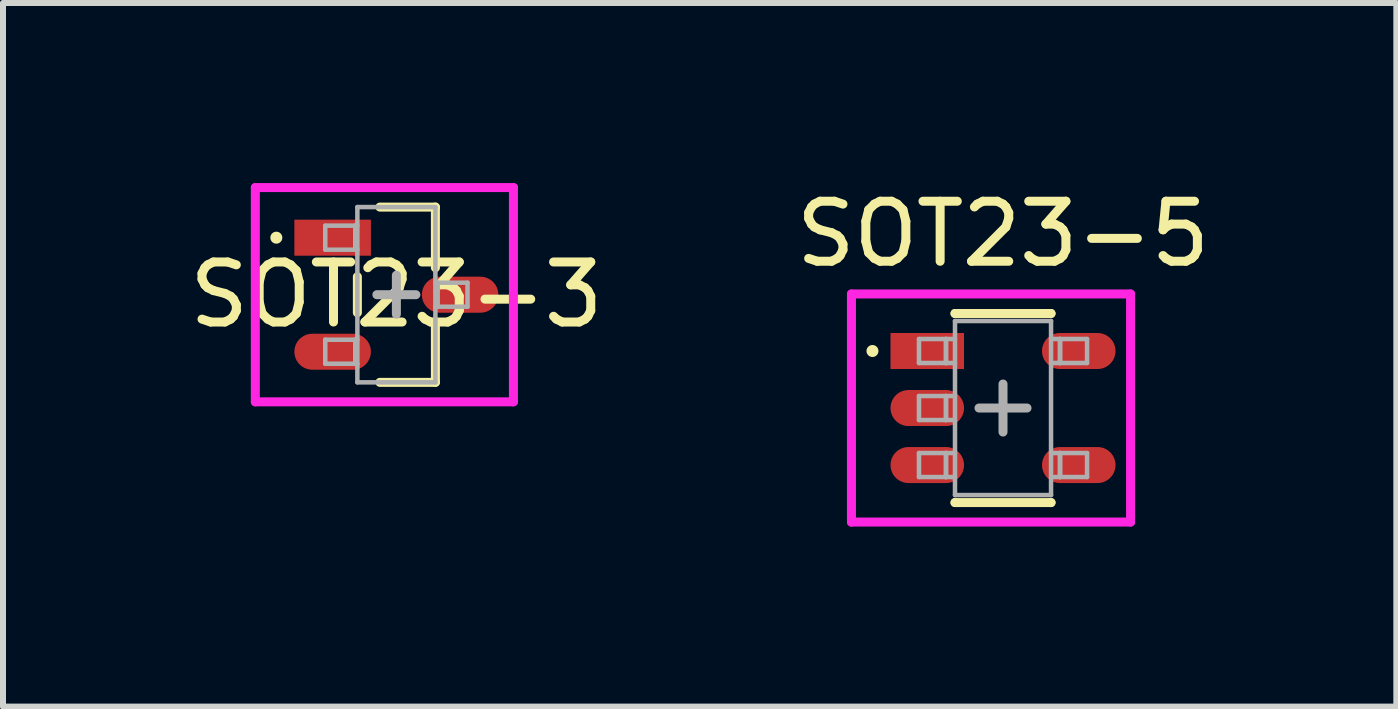
<source format=kicad_pcb>
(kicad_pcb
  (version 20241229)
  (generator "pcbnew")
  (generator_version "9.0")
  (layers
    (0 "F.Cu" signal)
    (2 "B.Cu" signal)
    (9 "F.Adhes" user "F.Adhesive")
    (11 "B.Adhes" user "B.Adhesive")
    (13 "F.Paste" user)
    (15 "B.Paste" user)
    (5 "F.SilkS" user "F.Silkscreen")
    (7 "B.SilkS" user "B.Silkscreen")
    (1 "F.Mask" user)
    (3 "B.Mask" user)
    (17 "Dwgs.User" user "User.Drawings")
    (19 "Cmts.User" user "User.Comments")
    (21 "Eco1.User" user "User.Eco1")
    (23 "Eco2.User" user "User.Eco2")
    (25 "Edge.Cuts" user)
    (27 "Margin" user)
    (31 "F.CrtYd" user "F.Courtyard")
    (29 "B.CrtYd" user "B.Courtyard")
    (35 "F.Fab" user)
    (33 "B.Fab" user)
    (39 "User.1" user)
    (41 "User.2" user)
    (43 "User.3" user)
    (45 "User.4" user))
  (footprint "SOT23-5"
    (layer "F.Cu")
    (at 13.661 3.748)
    (property "Reference" "SOT23-5" (at 0 -2.9 0) (layer "F.SilkS") (effects (font (size 1 1) (thickness 0.15))))
    (attr through_hole)
    (fp_line (start -2.175 -0.95) (end -2.175 -0.95) (stroke (width 0.2) (type solid)) (layer "F.SilkS"))
    (fp_line (start -0.8 -1.575) (end -0.8 -1.575) (stroke (width 0.15) (type solid)) (layer "F.SilkS"))
    (fp_line (start -0.8 -1.575) (end 0.8 -1.575) (stroke (width 0.15) (type solid)) (layer "F.SilkS"))
    (fp_line (start -0.8 1.575) (end -0.8 1.575) (stroke (width 0.15) (type solid)) (layer "F.SilkS"))
    (fp_line (start -0.8 1.575) (end 0.8 1.575) (stroke (width 0.15) (type solid)) (layer "F.SilkS"))
    (fp_line (start 0.8 -1.575) (end 0.8 -1.575) (stroke (width 0.15) (type solid)) (layer "F.SilkS"))
    (fp_line (start 0.8 1.575) (end 0.8 1.575) (stroke (width 0.15) (type solid)) (layer "F.SilkS"))
    (fp_line (start -2.525 -1.9) (end -2.525 1.9) (stroke (width 0.15) (type solid)) (layer "F.CrtYd"))
    (fp_line (start -2.525 1.9) (end 2.125 1.9) (stroke (width 0.15) (type solid)) (layer "F.CrtYd"))
    (fp_line (start 2.125 -1.9) (end -2.525 -1.9) (stroke (width 0.15) (type solid)) (layer "F.CrtYd"))
    (fp_line (start 2.125 1.9) (end 2.125 -1.9) (stroke (width 0.15) (type solid)) (layer "F.CrtYd"))
    (fp_line (start -1.4 -1.15) (end -1.4 -0.75) (stroke (width 0.075) (type solid)) (layer "F.Fab"))
    (fp_line (start -1.4 -0.75) (end -0.95 -0.75) (stroke (width 0.075) (type solid)) (layer "F.Fab"))
    (fp_line (start -1.4 -0.2) (end -1.4 0.2) (stroke (width 0.075) (type solid)) (layer "F.Fab"))
    (fp_line (start -1.4 0.2) (end -0.95 0.2) (stroke (width 0.075) (type solid)) (layer "F.Fab"))
    (fp_line (start -1.4 0.75) (end -1.4 1.15) (stroke (width 0.075) (type solid)) (layer "F.Fab"))
    (fp_line (start -1.4 1.15) (end -0.95 1.15) (stroke (width 0.075) (type solid)) (layer "F.Fab"))
    (fp_line (start -0.95 -1.15) (end -1.4 -1.15) (stroke (width 0.075) (type solid)) (layer "F.Fab"))
    (fp_line (start -0.95 -1.15) (end -0.95 -0.75) (stroke (width 0.075) (type solid)) (layer "F.Fab"))
    (fp_line (start -0.95 -0.75) (end -0.95 -1.15) (stroke (width 0.075) (type solid)) (layer "F.Fab"))
    (fp_line (start -0.95 -0.75) (end -0.8 -0.75) (stroke (width 0.075) (type solid)) (layer "F.Fab"))
    (fp_line (start -0.95 -0.2) (end -1.4 -0.2) (stroke (width 0.075) (type solid)) (layer "F.Fab"))
    (fp_line (start -0.95 -0.2) (end -0.95 0.2) (stroke (width 0.075) (type solid)) (layer "F.Fab"))
    (fp_line (start -0.95 0.2) (end -0.95 -0.2) (stroke (width 0.075) (type solid)) (layer "F.Fab"))
    (fp_line (start -0.95 0.2) (end -0.8 0.2) (stroke (width 0.075) (type solid)) (layer "F.Fab"))
    (fp_line (start -0.95 0.75) (end -1.4 0.75) (stroke (width 0.075) (type solid)) (layer "F.Fab"))
    (fp_line (start -0.95 0.75) (end -0.95 1.15) (stroke (width 0.075) (type solid)) (layer "F.Fab"))
    (fp_line (start -0.95 1.15) (end -0.95 0.75) (stroke (width 0.075) (type solid)) (layer "F.Fab"))
    (fp_line (start -0.95 1.15) (end -0.8 1.15) (stroke (width 0.075) (type solid)) (layer "F.Fab"))
    (fp_line (start -0.8 -1.45) (end -0.8 1.45) (stroke (width 0.075) (type solid)) (layer "F.Fab"))
    (fp_line (start -0.8 -1.15) (end -0.95 -1.15) (stroke (width 0.075) (type solid)) (layer "F.Fab"))
    (fp_line (start -0.8 -0.2) (end -0.95 -0.2) (stroke (width 0.075) (type solid)) (layer "F.Fab"))
    (fp_line (start -0.8 0.75) (end -0.95 0.75) (stroke (width 0.075) (type solid)) (layer "F.Fab"))
    (fp_line (start -0.8 1.45) (end 0.8 1.45) (stroke (width 0.075) (type solid)) (layer "F.Fab"))
    (fp_line (start -0.4 0) (end 0.4 0) (stroke (width 0.15) (type solid)) (layer "F.Fab"))
    (fp_line (start 0 0.4) (end 0 -0.4) (stroke (width 0.15) (type solid)) (layer "F.Fab"))
    (fp_line (start 0.8 -1.45) (end -0.8 -1.45) (stroke (width 0.075) (type solid)) (layer "F.Fab"))
    (fp_line (start 0.8 -0.75) (end 0.95 -0.75) (stroke (width 0.075) (type solid)) (layer "F.Fab"))
    (fp_line (start 0.8 1.15) (end 0.95 1.15) (stroke (width 0.075) (type solid)) (layer "F.Fab"))
    (fp_line (start 0.8 1.45) (end 0.8 -1.45) (stroke (width 0.075) (type solid)) (layer "F.Fab"))
    (fp_line (start 0.95 -1.15) (end 0.8 -1.15) (stroke (width 0.075) (type solid)) (layer "F.Fab"))
    (fp_line (start 0.95 -1.15) (end 0.95 -0.75) (stroke (width 0.075) (type solid)) (layer "F.Fab"))
    (fp_line (start 0.95 -0.75) (end 0.95 -1.15) (stroke (width 0.075) (type solid)) (layer "F.Fab"))
    (fp_line (start 0.95 -0.75) (end 1.4 -0.75) (stroke (width 0.075) (type solid)) (layer "F.Fab"))
    (fp_line (start 0.95 0.75) (end 0.8 0.75) (stroke (width 0.075) (type solid)) (layer "F.Fab"))
    (fp_line (start 0.95 0.75) (end 0.95 1.15) (stroke (width 0.075) (type solid)) (layer "F.Fab"))
    (fp_line (start 0.95 1.15) (end 0.95 0.75) (stroke (width 0.075) (type solid)) (layer "F.Fab"))
    (fp_line (start 0.95 1.15) (end 1.4 1.15) (stroke (width 0.075) (type solid)) (layer "F.Fab"))
    (fp_line (start 1.4 -1.15) (end 0.95 -1.15) (stroke (width 0.075) (type solid)) (layer "F.Fab"))
    (fp_line (start 1.4 -0.75) (end 1.4 -1.15) (stroke (width 0.075) (type solid)) (layer "F.Fab"))
    (fp_line (start 1.4 0.75) (end 0.95 0.75) (stroke (width 0.075) (type solid)) (layer "F.Fab"))
    (fp_line (start 1.4 1.15) (end 1.4 0.75) (stroke (width 0.075) (type solid)) (layer "F.Fab"))
    (pad "1" smd rect (at -1.262 -0.95) (size 1.225 0.6) (layers "F.Cu" "F.Mask" "F.Paste"))
    (pad "2" smd oval (at -1.262 0) (size 1.225 0.6) (layers "F.Cu" "F.Mask" "F.Paste"))
    (pad "3" smd oval (at -1.262 0.95) (size 1.225 0.6) (layers "F.Cu" "F.Mask" "F.Paste"))
    (pad "4" smd oval (at 1.262 0.95) (size 1.225 0.6) (layers "F.Cu" "F.Mask" "F.Paste"))
    (pad "5" smd oval (at 1.262 -0.95) (size 1.225 0.6) (layers "F.Cu" "F.Mask" "F.Paste")))
  (footprint "SOT23-3"
    (layer "F.Cu")
    (at 3.554 1.86)
    (property "Reference" "SOT23-3" (at 0 0 0) (layer "F.SilkS") (effects (font (size 1 1) (thickness 0.15))))
    (attr through_hole)
    (fp_line (start -2 -0.95) (end -2 -0.95) (stroke (width 0.2) (type solid)) (layer "F.SilkS"))
    (fp_line (start -0.65 -0.3) (end -0.65 0.3) (stroke (width 0.15) (type solid)) (layer "F.SilkS"))
    (fp_line (start -0.275 -1.46) (end 0.65 -1.46) (stroke (width 0.15) (type solid)) (layer "F.SilkS"))
    (fp_line (start -0.275 1.46) (end 0.65 1.46) (stroke (width 0.15) (type solid)) (layer "F.SilkS"))
    (fp_line (start 0.65 -1.46) (end 0.65 -0.45) (stroke (width 0.15) (type solid)) (layer "F.SilkS"))
    (fp_line (start 0.65 1.46) (end 0.65 0.45) (stroke (width 0.15) (type solid)) (layer "F.SilkS"))
    (fp_line (start -2.35 -1.785) (end -2.35 1.785) (stroke (width 0.15) (type solid)) (layer "F.CrtYd"))
    (fp_line (start -2.35 1.785) (end 1.95 1.785) (stroke (width 0.15) (type solid)) (layer "F.CrtYd"))
    (fp_line (start 1.95 -1.785) (end -2.35 -1.785) (stroke (width 0.15) (type solid)) (layer "F.CrtYd"))
    (fp_line (start 1.95 1.785) (end 1.95 -1.785) (stroke (width 0.15) (type solid)) (layer "F.CrtYd"))
    (fp_line (start -1.185 -1.15) (end -1.185 -0.75) (stroke (width 0.075) (type solid)) (layer "F.Fab"))
    (fp_line (start -1.185 -0.75) (end -0.685 -0.75) (stroke (width 0.075) (type solid)) (layer "F.Fab"))
    (fp_line (start -1.185 0.75) (end -1.185 1.15) (stroke (width 0.075) (type solid)) (layer "F.Fab"))
    (fp_line (start -1.185 1.15) (end -0.685 1.15) (stroke (width 0.075) (type solid)) (layer "F.Fab"))
    (fp_line (start -0.685 -1.15) (end -1.185 -1.15) (stroke (width 0.075) (type solid)) (layer "F.Fab"))
    (fp_line (start -0.685 -1.15) (end -0.685 -0.75) (stroke (width 0.075) (type solid)) (layer "F.Fab"))
    (fp_line (start -0.685 -0.75) (end -0.685 -1.15) (stroke (width 0.075) (type solid)) (layer "F.Fab"))
    (fp_line (start -0.685 -0.75) (end -0.65 -0.75) (stroke (width 0.075) (type solid)) (layer "F.Fab"))
    (fp_line (start -0.685 0.75) (end -1.185 0.75) (stroke (width 0.075) (type solid)) (layer "F.Fab"))
    (fp_line (start -0.685 0.75) (end -0.685 1.15) (stroke (width 0.075) (type solid)) (layer "F.Fab"))
    (fp_line (start -0.685 1.15) (end -0.685 0.75) (stroke (width 0.075) (type solid)) (layer "F.Fab"))
    (fp_line (start -0.685 1.15) (end -0.65 1.15) (stroke (width 0.075) (type solid)) (layer "F.Fab"))
    (fp_line (start -0.65 -1.46) (end -0.65 1.46) (stroke (width 0.075) (type solid)) (layer "F.Fab"))
    (fp_line (start -0.65 -1.15) (end -0.685 -1.15) (stroke (width 0.075) (type solid)) (layer "F.Fab"))
    (fp_line (start -0.65 0.75) (end -0.685 0.75) (stroke (width 0.075) (type solid)) (layer "F.Fab"))
    (fp_line (start -0.65 1.46) (end 0.65 1.46) (stroke (width 0.075) (type solid)) (layer "F.Fab"))
    (fp_line (start -0.325 0) (end 0.325 0) (stroke (width 0.15) (type solid)) (layer "F.Fab"))
    (fp_line (start 0 0.325) (end 0 -0.325) (stroke (width 0.15) (type solid)) (layer "F.Fab"))
    (fp_line (start 0.65 -1.46) (end -0.65 -1.46) (stroke (width 0.075) (type solid)) (layer "F.Fab"))
    (fp_line (start 0.65 0.2) (end 0.685 0.2) (stroke (width 0.075) (type solid)) (layer "F.Fab"))
    (fp_line (start 0.65 1.46) (end 0.65 -1.46) (stroke (width 0.075) (type solid)) (layer "F.Fab"))
    (fp_line (start 0.685 -0.2) (end 0.65 -0.2) (stroke (width 0.075) (type solid)) (layer "F.Fab"))
    (fp_line (start 0.685 -0.2) (end 0.685 0.2) (stroke (width 0.075) (type solid)) (layer "F.Fab"))
    (fp_line (start 0.685 0.2) (end 0.685 -0.2) (stroke (width 0.075) (type solid)) (layer "F.Fab"))
    (fp_line (start 0.685 0.2) (end 1.185 0.2) (stroke (width 0.075) (type solid)) (layer "F.Fab"))
    (fp_line (start 1.185 -0.2) (end 0.685 -0.2) (stroke (width 0.075) (type solid)) (layer "F.Fab"))
    (fp_line (start 1.185 0.2) (end 1.185 -0.2) (stroke (width 0.075) (type solid)) (layer "F.Fab"))
    (pad "1" smd rect (at -1.062 -0.95) (size 1.275 0.6) (layers "F.Cu" "F.Mask" "F.Paste"))
    (pad "2" smd oval (at -1.062 0.95) (size 1.275 0.6) (layers "F.Cu" "F.Mask" "F.Paste"))
    (pad "3" smd oval (at 1.062 0) (size 1.275 0.6) (layers "F.Cu" "F.Mask" "F.Paste")))
  (gr_rect
    (start -3 -3)
    (end 20.214 8.723)
    (stroke (width 0.1) (type default))
    (fill no)
    (layer "Edge.Cuts")))
</source>
